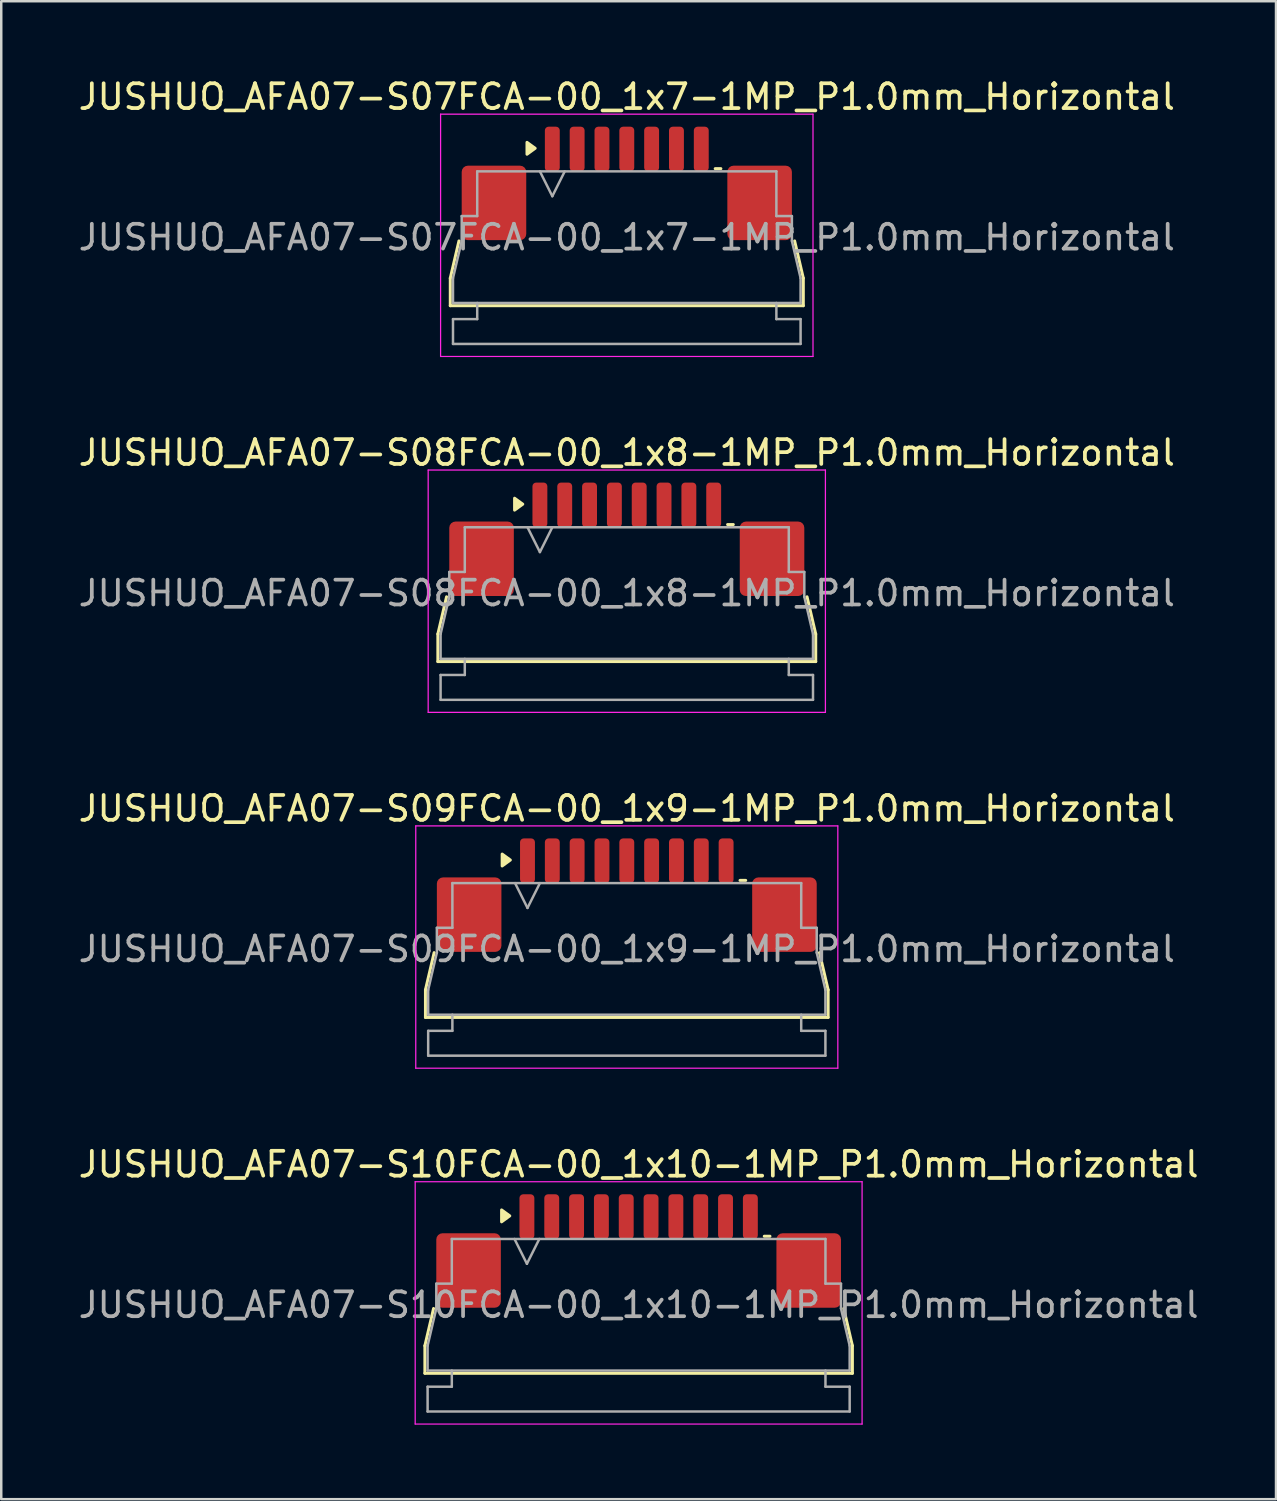
<source format=kicad_pcb>
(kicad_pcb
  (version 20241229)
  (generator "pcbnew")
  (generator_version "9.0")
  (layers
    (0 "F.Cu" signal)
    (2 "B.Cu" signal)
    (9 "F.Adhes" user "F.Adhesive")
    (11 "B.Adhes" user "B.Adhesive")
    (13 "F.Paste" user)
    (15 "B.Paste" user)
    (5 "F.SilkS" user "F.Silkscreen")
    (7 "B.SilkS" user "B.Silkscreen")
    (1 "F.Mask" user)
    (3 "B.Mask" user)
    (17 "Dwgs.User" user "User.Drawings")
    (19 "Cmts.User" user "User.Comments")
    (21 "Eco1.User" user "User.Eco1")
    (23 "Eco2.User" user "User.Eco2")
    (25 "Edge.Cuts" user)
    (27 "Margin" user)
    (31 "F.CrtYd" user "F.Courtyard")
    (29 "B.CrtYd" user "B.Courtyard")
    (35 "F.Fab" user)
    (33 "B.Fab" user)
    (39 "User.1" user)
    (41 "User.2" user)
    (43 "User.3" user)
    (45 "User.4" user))
  (footprint "JUSHUO_AFA07-S08FCA-00_1x8-1MP_P1.0mm_Horizontal"
    (layer "F.Cu")
    (at 22.196 20.662)
    (property "Reference" "JUSHUO_AFA07-S08FCA-00_1x8-1MP_P1.0mm_Horizontal" (at 0 -5.48 0) (layer "F.SilkS") (effects (font (size 1 1) (thickness 0.15))))
    (attr smd)
    (fp_line (start -7.61 1.825) (end -7.26 0.325) (stroke (width 0.12) (type solid)) (layer "F.SilkS"))
    (fp_line (start -7.61 2.935) (end -7.61 1.825) (stroke (width 0.12) (type solid)) (layer "F.SilkS"))
    (fp_line (start 4.06 -2.585) (end 4.29 -2.585) (stroke (width 0.12) (type solid)) (layer "F.SilkS"))
    (fp_line (start 7.26 0.325) (end 7.61 1.825) (stroke (width 0.12) (type solid)) (layer "F.SilkS"))
    (fp_line (start 7.61 1.825) (end 7.61 2.935) (stroke (width 0.12) (type solid)) (layer "F.SilkS"))
    (fp_line (start 7.61 2.935) (end -7.61 2.935) (stroke (width 0.12) (type solid)) (layer "F.SilkS"))
    (fp_poly (pts (xy -4.19 -3.405) (xy -4.52 -3.165) (xy -4.52 -3.645)) (stroke (width 0.12) (type solid)) (fill yes) (layer "F.SilkS"))
    (fp_line (start -8 -4.78) (end -8 4.98) (stroke (width 0.05) (type solid)) (layer "F.CrtYd"))
    (fp_line (start -8 4.98) (end 8 4.98) (stroke (width 0.05) (type solid)) (layer "F.CrtYd"))
    (fp_line (start 8 -4.78) (end -8 -4.78) (stroke (width 0.05) (type solid)) (layer "F.CrtYd"))
    (fp_line (start 8 4.98) (end 8 -4.78) (stroke (width 0.05) (type solid)) (layer "F.CrtYd"))
    (fp_line (start -7.5 1.825) (end -7.15 0.325) (stroke (width 0.1) (type solid)) (layer "F.Fab"))
    (fp_line (start -7.5 2.825) (end -7.5 1.825) (stroke (width 0.1) (type solid)) (layer "F.Fab"))
    (fp_line (start -7.5 3.475) (end -6.525 3.475) (stroke (width 0.1) (type solid)) (layer "F.Fab"))
    (fp_line (start -7.5 4.475) (end -7.5 3.475) (stroke (width 0.1) (type solid)) (layer "F.Fab"))
    (fp_line (start -7.15 -0.675) (end -6.525 -0.675) (stroke (width 0.1) (type solid)) (layer "F.Fab"))
    (fp_line (start -7.15 0.325) (end -7.15 -0.675) (stroke (width 0.1) (type solid)) (layer "F.Fab"))
    (fp_line (start -6.525 -2.475) (end 6.525 -2.475) (stroke (width 0.1) (type solid)) (layer "F.Fab"))
    (fp_line (start -6.525 -0.675) (end -6.525 -2.475) (stroke (width 0.1) (type solid)) (layer "F.Fab"))
    (fp_line (start -6.525 3.475) (end -6.525 2.825) (stroke (width 0.1) (type solid)) (layer "F.Fab"))
    (fp_line (start -4 -2.475) (end -3.5 -1.475) (stroke (width 0.1) (type solid)) (layer "F.Fab"))
    (fp_line (start -3.5 -1.475) (end -3 -2.475) (stroke (width 0.1) (type solid)) (layer "F.Fab"))
    (fp_line (start 6.525 -2.475) (end 6.525 -0.675) (stroke (width 0.1) (type solid)) (layer "F.Fab"))
    (fp_line (start 6.525 -0.675) (end 7.15 -0.675) (stroke (width 0.1) (type solid)) (layer "F.Fab"))
    (fp_line (start 6.525 2.825) (end 6.525 3.475) (stroke (width 0.1) (type solid)) (layer "F.Fab"))
    (fp_line (start 6.525 3.475) (end 7.5 3.475) (stroke (width 0.1) (type solid)) (layer "F.Fab"))
    (fp_line (start 7.15 -0.675) (end 7.15 0.325) (stroke (width 0.1) (type solid)) (layer "F.Fab"))
    (fp_line (start 7.15 0.325) (end 7.5 1.825) (stroke (width 0.1) (type solid)) (layer "F.Fab"))
    (fp_line (start 7.5 1.825) (end 7.5 2.825) (stroke (width 0.1) (type solid)) (layer "F.Fab"))
    (fp_line (start 7.5 2.825) (end -7.5 2.825) (stroke (width 0.1) (type solid)) (layer "F.Fab"))
    (fp_line (start 7.5 3.475) (end 7.5 4.475) (stroke (width 0.1) (type solid)) (layer "F.Fab"))
    (fp_line (start 7.5 4.475) (end -7.5 4.475) (stroke (width 0.1) (type solid)) (layer "F.Fab"))
    (fp_text user "${REFERENCE}" (at 0 0.18 0) (layer "F.Fab") (effects (font (size 1 1) (thickness 0.15))))
    (pad "1" smd roundrect (at -3.5 -3.375) (size 0.6 1.8) (layers "F.Cu" "F.Mask" "F.Paste") (roundrect_rratio 0.25))
    (pad "2" smd roundrect (at -2.5 -3.375) (size 0.6 1.8) (layers "F.Cu" "F.Mask" "F.Paste") (roundrect_rratio 0.25))
    (pad "3" smd roundrect (at -1.5 -3.375) (size 0.6 1.8) (layers "F.Cu" "F.Mask" "F.Paste") (roundrect_rratio 0.25))
    (pad "4" smd roundrect (at -0.5 -3.375) (size 0.6 1.8) (layers "F.Cu" "F.Mask" "F.Paste") (roundrect_rratio 0.25))
    (pad "5" smd roundrect (at 0.5 -3.375) (size 0.6 1.8) (layers "F.Cu" "F.Mask" "F.Paste") (roundrect_rratio 0.25))
    (pad "6" smd roundrect (at 1.5 -3.375) (size 0.6 1.8) (layers "F.Cu" "F.Mask" "F.Paste") (roundrect_rratio 0.25))
    (pad "7" smd roundrect (at 2.5 -3.375) (size 0.6 1.8) (layers "F.Cu" "F.Mask" "F.Paste") (roundrect_rratio 0.25))
    (pad "8" smd roundrect (at 3.5 -3.375) (size 0.6 1.8) (layers "F.Cu" "F.Mask" "F.Paste") (roundrect_rratio 0.25))
    (pad "MP" smd roundrect (at -5.85 -1.205) (size 2.6 3) (layers "F.Cu" "F.Mask" "F.Paste") (roundrect_rratio 0.096))
    (pad "MP" smd roundrect (at 5.85 -1.205) (size 2.6 3) (layers "F.Cu" "F.Mask" "F.Paste") (roundrect_rratio 0.096)))
  (footprint "JUSHUO_AFA07-S07FCA-00_1x7-1MP_P1.0mm_Horizontal"
    (layer "F.Cu")
    (at 22.196 6.328)
    (property "Reference" "JUSHUO_AFA07-S07FCA-00_1x7-1MP_P1.0mm_Horizontal" (at 0 -5.48 0) (layer "F.SilkS") (effects (font (size 1 1) (thickness 0.15))))
    (attr smd)
    (fp_line (start -7.11 1.825) (end -6.76 0.325) (stroke (width 0.12) (type solid)) (layer "F.SilkS"))
    (fp_line (start -7.11 2.935) (end -7.11 1.825) (stroke (width 0.12) (type solid)) (layer "F.SilkS"))
    (fp_line (start 3.56 -2.585) (end 3.79 -2.585) (stroke (width 0.12) (type solid)) (layer "F.SilkS"))
    (fp_line (start 6.76 0.325) (end 7.11 1.825) (stroke (width 0.12) (type solid)) (layer "F.SilkS"))
    (fp_line (start 7.11 1.825) (end 7.11 2.935) (stroke (width 0.12) (type solid)) (layer "F.SilkS"))
    (fp_line (start 7.11 2.935) (end -7.11 2.935) (stroke (width 0.12) (type solid)) (layer "F.SilkS"))
    (fp_poly (pts (xy -3.69 -3.405) (xy -4.02 -3.165) (xy -4.02 -3.645)) (stroke (width 0.12) (type solid)) (fill yes) (layer "F.SilkS"))
    (fp_line (start -7.5 -4.78) (end -7.5 4.98) (stroke (width 0.05) (type solid)) (layer "F.CrtYd"))
    (fp_line (start -7.5 4.98) (end 7.5 4.98) (stroke (width 0.05) (type solid)) (layer "F.CrtYd"))
    (fp_line (start 7.5 -4.78) (end -7.5 -4.78) (stroke (width 0.05) (type solid)) (layer "F.CrtYd"))
    (fp_line (start 7.5 4.98) (end 7.5 -4.78) (stroke (width 0.05) (type solid)) (layer "F.CrtYd"))
    (fp_line (start -7 1.825) (end -6.65 0.325) (stroke (width 0.1) (type solid)) (layer "F.Fab"))
    (fp_line (start -7 2.825) (end -7 1.825) (stroke (width 0.1) (type solid)) (layer "F.Fab"))
    (fp_line (start -7 3.475) (end -6.025 3.475) (stroke (width 0.1) (type solid)) (layer "F.Fab"))
    (fp_line (start -7 4.475) (end -7 3.475) (stroke (width 0.1) (type solid)) (layer "F.Fab"))
    (fp_line (start -6.65 -0.675) (end -6.025 -0.675) (stroke (width 0.1) (type solid)) (layer "F.Fab"))
    (fp_line (start -6.65 0.325) (end -6.65 -0.675) (stroke (width 0.1) (type solid)) (layer "F.Fab"))
    (fp_line (start -6.025 -2.475) (end 6.025 -2.475) (stroke (width 0.1) (type solid)) (layer "F.Fab"))
    (fp_line (start -6.025 -0.675) (end -6.025 -2.475) (stroke (width 0.1) (type solid)) (layer "F.Fab"))
    (fp_line (start -6.025 3.475) (end -6.025 2.825) (stroke (width 0.1) (type solid)) (layer "F.Fab"))
    (fp_line (start -3.5 -2.475) (end -3 -1.475) (stroke (width 0.1) (type solid)) (layer "F.Fab"))
    (fp_line (start -3 -1.475) (end -2.5 -2.475) (stroke (width 0.1) (type solid)) (layer "F.Fab"))
    (fp_line (start 6.025 -2.475) (end 6.025 -0.675) (stroke (width 0.1) (type solid)) (layer "F.Fab"))
    (fp_line (start 6.025 -0.675) (end 6.65 -0.675) (stroke (width 0.1) (type solid)) (layer "F.Fab"))
    (fp_line (start 6.025 2.825) (end 6.025 3.475) (stroke (width 0.1) (type solid)) (layer "F.Fab"))
    (fp_line (start 6.025 3.475) (end 7 3.475) (stroke (width 0.1) (type solid)) (layer "F.Fab"))
    (fp_line (start 6.65 -0.675) (end 6.65 0.325) (stroke (width 0.1) (type solid)) (layer "F.Fab"))
    (fp_line (start 6.65 0.325) (end 7 1.825) (stroke (width 0.1) (type solid)) (layer "F.Fab"))
    (fp_line (start 7 1.825) (end 7 2.825) (stroke (width 0.1) (type solid)) (layer "F.Fab"))
    (fp_line (start 7 2.825) (end -7 2.825) (stroke (width 0.1) (type solid)) (layer "F.Fab"))
    (fp_line (start 7 3.475) (end 7 4.475) (stroke (width 0.1) (type solid)) (layer "F.Fab"))
    (fp_line (start 7 4.475) (end -7 4.475) (stroke (width 0.1) (type solid)) (layer "F.Fab"))
    (fp_text user "${REFERENCE}" (at 0 0.18 0) (layer "F.Fab") (effects (font (size 1 1) (thickness 0.15))))
    (pad "1" smd roundrect (at -3 -3.375) (size 0.6 1.8) (layers "F.Cu" "F.Mask" "F.Paste") (roundrect_rratio 0.25))
    (pad "2" smd roundrect (at -2 -3.375) (size 0.6 1.8) (layers "F.Cu" "F.Mask" "F.Paste") (roundrect_rratio 0.25))
    (pad "3" smd roundrect (at -1 -3.375) (size 0.6 1.8) (layers "F.Cu" "F.Mask" "F.Paste") (roundrect_rratio 0.25))
    (pad "4" smd roundrect (at 0 -3.375) (size 0.6 1.8) (layers "F.Cu" "F.Mask" "F.Paste") (roundrect_rratio 0.25))
    (pad "5" smd roundrect (at 1 -3.375) (size 0.6 1.8) (layers "F.Cu" "F.Mask" "F.Paste") (roundrect_rratio 0.25))
    (pad "6" smd roundrect (at 2 -3.375) (size 0.6 1.8) (layers "F.Cu" "F.Mask" "F.Paste") (roundrect_rratio 0.25))
    (pad "7" smd roundrect (at 3 -3.375) (size 0.6 1.8) (layers "F.Cu" "F.Mask" "F.Paste") (roundrect_rratio 0.25))
    (pad "MP" smd roundrect (at -5.35 -1.205) (size 2.6 3) (layers "F.Cu" "F.Mask" "F.Paste") (roundrect_rratio 0.096))
    (pad "MP" smd roundrect (at 5.35 -1.205) (size 2.6 3) (layers "F.Cu" "F.Mask" "F.Paste") (roundrect_rratio 0.096)))
  (footprint "JUSHUO_AFA07-S10FCA-00_1x10-1MP_P1.0mm_Horizontal"
    (layer "F.Cu")
    (at 22.673 49.328)
    (property "Reference" "JUSHUO_AFA07-S10FCA-00_1x10-1MP_P1.0mm_Horizontal" (at 0 -5.48 0) (layer "F.SilkS") (effects (font (size 1 1) (thickness 0.15))))
    (attr smd)
    (fp_line (start -8.61 1.825) (end -8.26 0.325) (stroke (width 0.12) (type solid)) (layer "F.SilkS"))
    (fp_line (start -8.61 2.935) (end -8.61 1.825) (stroke (width 0.12) (type solid)) (layer "F.SilkS"))
    (fp_line (start 5.06 -2.585) (end 5.29 -2.585) (stroke (width 0.12) (type solid)) (layer "F.SilkS"))
    (fp_line (start 8.26 0.325) (end 8.61 1.825) (stroke (width 0.12) (type solid)) (layer "F.SilkS"))
    (fp_line (start 8.61 1.825) (end 8.61 2.935) (stroke (width 0.12) (type solid)) (layer "F.SilkS"))
    (fp_line (start 8.61 2.935) (end -8.61 2.935) (stroke (width 0.12) (type solid)) (layer "F.SilkS"))
    (fp_poly (pts (xy -5.19 -3.405) (xy -5.52 -3.165) (xy -5.52 -3.645)) (stroke (width 0.12) (type solid)) (fill yes) (layer "F.SilkS"))
    (fp_line (start -9 -4.78) (end -9 4.98) (stroke (width 0.05) (type solid)) (layer "F.CrtYd"))
    (fp_line (start -9 4.98) (end 9 4.98) (stroke (width 0.05) (type solid)) (layer "F.CrtYd"))
    (fp_line (start 9 -4.78) (end -9 -4.78) (stroke (width 0.05) (type solid)) (layer "F.CrtYd"))
    (fp_line (start 9 4.98) (end 9 -4.78) (stroke (width 0.05) (type solid)) (layer "F.CrtYd"))
    (fp_line (start -8.5 1.825) (end -8.15 0.325) (stroke (width 0.1) (type solid)) (layer "F.Fab"))
    (fp_line (start -8.5 2.825) (end -8.5 1.825) (stroke (width 0.1) (type solid)) (layer "F.Fab"))
    (fp_line (start -8.5 3.475) (end -7.525 3.475) (stroke (width 0.1) (type solid)) (layer "F.Fab"))
    (fp_line (start -8.5 4.475) (end -8.5 3.475) (stroke (width 0.1) (type solid)) (layer "F.Fab"))
    (fp_line (start -8.15 -0.675) (end -7.525 -0.675) (stroke (width 0.1) (type solid)) (layer "F.Fab"))
    (fp_line (start -8.15 0.325) (end -8.15 -0.675) (stroke (width 0.1) (type solid)) (layer "F.Fab"))
    (fp_line (start -7.525 -2.475) (end 7.525 -2.475) (stroke (width 0.1) (type solid)) (layer "F.Fab"))
    (fp_line (start -7.525 -0.675) (end -7.525 -2.475) (stroke (width 0.1) (type solid)) (layer "F.Fab"))
    (fp_line (start -7.525 3.475) (end -7.525 2.825) (stroke (width 0.1) (type solid)) (layer "F.Fab"))
    (fp_line (start -5 -2.475) (end -4.5 -1.475) (stroke (width 0.1) (type solid)) (layer "F.Fab"))
    (fp_line (start -4.5 -1.475) (end -4 -2.475) (stroke (width 0.1) (type solid)) (layer "F.Fab"))
    (fp_line (start 7.525 -2.475) (end 7.525 -0.675) (stroke (width 0.1) (type solid)) (layer "F.Fab"))
    (fp_line (start 7.525 -0.675) (end 8.15 -0.675) (stroke (width 0.1) (type solid)) (layer "F.Fab"))
    (fp_line (start 7.525 2.825) (end 7.525 3.475) (stroke (width 0.1) (type solid)) (layer "F.Fab"))
    (fp_line (start 7.525 3.475) (end 8.5 3.475) (stroke (width 0.1) (type solid)) (layer "F.Fab"))
    (fp_line (start 8.15 -0.675) (end 8.15 0.325) (stroke (width 0.1) (type solid)) (layer "F.Fab"))
    (fp_line (start 8.15 0.325) (end 8.5 1.825) (stroke (width 0.1) (type solid)) (layer "F.Fab"))
    (fp_line (start 8.5 1.825) (end 8.5 2.825) (stroke (width 0.1) (type solid)) (layer "F.Fab"))
    (fp_line (start 8.5 2.825) (end -8.5 2.825) (stroke (width 0.1) (type solid)) (layer "F.Fab"))
    (fp_line (start 8.5 3.475) (end 8.5 4.475) (stroke (width 0.1) (type solid)) (layer "F.Fab"))
    (fp_line (start 8.5 4.475) (end -8.5 4.475) (stroke (width 0.1) (type solid)) (layer "F.Fab"))
    (fp_text user "${REFERENCE}" (at 0 0.18 0) (layer "F.Fab") (effects (font (size 1 1) (thickness 0.15))))
    (pad "1" smd roundrect (at -4.5 -3.375) (size 0.6 1.8) (layers "F.Cu" "F.Mask" "F.Paste") (roundrect_rratio 0.25))
    (pad "2" smd roundrect (at -3.5 -3.375) (size 0.6 1.8) (layers "F.Cu" "F.Mask" "F.Paste") (roundrect_rratio 0.25))
    (pad "3" smd roundrect (at -2.5 -3.375) (size 0.6 1.8) (layers "F.Cu" "F.Mask" "F.Paste") (roundrect_rratio 0.25))
    (pad "4" smd roundrect (at -1.5 -3.375) (size 0.6 1.8) (layers "F.Cu" "F.Mask" "F.Paste") (roundrect_rratio 0.25))
    (pad "5" smd roundrect (at -0.5 -3.375) (size 0.6 1.8) (layers "F.Cu" "F.Mask" "F.Paste") (roundrect_rratio 0.25))
    (pad "6" smd roundrect (at 0.5 -3.375) (size 0.6 1.8) (layers "F.Cu" "F.Mask" "F.Paste") (roundrect_rratio 0.25))
    (pad "7" smd roundrect (at 1.5 -3.375) (size 0.6 1.8) (layers "F.Cu" "F.Mask" "F.Paste") (roundrect_rratio 0.25))
    (pad "8" smd roundrect (at 2.5 -3.375) (size 0.6 1.8) (layers "F.Cu" "F.Mask" "F.Paste") (roundrect_rratio 0.25))
    (pad "9" smd roundrect (at 3.5 -3.375) (size 0.6 1.8) (layers "F.Cu" "F.Mask" "F.Paste") (roundrect_rratio 0.25))
    (pad "10" smd roundrect (at 4.5 -3.375) (size 0.6 1.8) (layers "F.Cu" "F.Mask" "F.Paste") (roundrect_rratio 0.25))
    (pad "MP" smd roundrect (at -6.85 -1.205) (size 2.6 3) (layers "F.Cu" "F.Mask" "F.Paste") (roundrect_rratio 0.096))
    (pad "MP" smd roundrect (at 6.85 -1.205) (size 2.6 3) (layers "F.Cu" "F.Mask" "F.Paste") (roundrect_rratio 0.096)))
  (footprint "JUSHUO_AFA07-S09FCA-00_1x9-1MP_P1.0mm_Horizontal"
    (layer "F.Cu")
    (at 22.196 34.995)
    (property "Reference" "JUSHUO_AFA07-S09FCA-00_1x9-1MP_P1.0mm_Horizontal" (at 0 -5.48 0) (layer "F.SilkS") (effects (font (size 1 1) (thickness 0.15))))
    (attr smd)
    (fp_line (start -8.11 1.825) (end -7.76 0.325) (stroke (width 0.12) (type solid)) (layer "F.SilkS"))
    (fp_line (start -8.11 2.935) (end -8.11 1.825) (stroke (width 0.12) (type solid)) (layer "F.SilkS"))
    (fp_line (start 4.56 -2.585) (end 4.79 -2.585) (stroke (width 0.12) (type solid)) (layer "F.SilkS"))
    (fp_line (start 7.76 0.325) (end 8.11 1.825) (stroke (width 0.12) (type solid)) (layer "F.SilkS"))
    (fp_line (start 8.11 1.825) (end 8.11 2.935) (stroke (width 0.12) (type solid)) (layer "F.SilkS"))
    (fp_line (start 8.11 2.935) (end -8.11 2.935) (stroke (width 0.12) (type solid)) (layer "F.SilkS"))
    (fp_poly (pts (xy -4.69 -3.405) (xy -5.02 -3.165) (xy -5.02 -3.645)) (stroke (width 0.12) (type solid)) (fill yes) (layer "F.SilkS"))
    (fp_line (start -8.5 -4.78) (end -8.5 4.98) (stroke (width 0.05) (type solid)) (layer "F.CrtYd"))
    (fp_line (start -8.5 4.98) (end 8.5 4.98) (stroke (width 0.05) (type solid)) (layer "F.CrtYd"))
    (fp_line (start 8.5 -4.78) (end -8.5 -4.78) (stroke (width 0.05) (type solid)) (layer "F.CrtYd"))
    (fp_line (start 8.5 4.98) (end 8.5 -4.78) (stroke (width 0.05) (type solid)) (layer "F.CrtYd"))
    (fp_line (start -8 1.825) (end -7.65 0.325) (stroke (width 0.1) (type solid)) (layer "F.Fab"))
    (fp_line (start -8 2.825) (end -8 1.825) (stroke (width 0.1) (type solid)) (layer "F.Fab"))
    (fp_line (start -8 3.475) (end -7.025 3.475) (stroke (width 0.1) (type solid)) (layer "F.Fab"))
    (fp_line (start -8 4.475) (end -8 3.475) (stroke (width 0.1) (type solid)) (layer "F.Fab"))
    (fp_line (start -7.65 -0.675) (end -7.025 -0.675) (stroke (width 0.1) (type solid)) (layer "F.Fab"))
    (fp_line (start -7.65 0.325) (end -7.65 -0.675) (stroke (width 0.1) (type solid)) (layer "F.Fab"))
    (fp_line (start -7.025 -2.475) (end 7.025 -2.475) (stroke (width 0.1) (type solid)) (layer "F.Fab"))
    (fp_line (start -7.025 -0.675) (end -7.025 -2.475) (stroke (width 0.1) (type solid)) (layer "F.Fab"))
    (fp_line (start -7.025 3.475) (end -7.025 2.825) (stroke (width 0.1) (type solid)) (layer "F.Fab"))
    (fp_line (start -4.5 -2.475) (end -4 -1.475) (stroke (width 0.1) (type solid)) (layer "F.Fab"))
    (fp_line (start -4 -1.475) (end -3.5 -2.475) (stroke (width 0.1) (type solid)) (layer "F.Fab"))
    (fp_line (start 7.025 -2.475) (end 7.025 -0.675) (stroke (width 0.1) (type solid)) (layer "F.Fab"))
    (fp_line (start 7.025 -0.675) (end 7.65 -0.675) (stroke (width 0.1) (type solid)) (layer "F.Fab"))
    (fp_line (start 7.025 2.825) (end 7.025 3.475) (stroke (width 0.1) (type solid)) (layer "F.Fab"))
    (fp_line (start 7.025 3.475) (end 8 3.475) (stroke (width 0.1) (type solid)) (layer "F.Fab"))
    (fp_line (start 7.65 -0.675) (end 7.65 0.325) (stroke (width 0.1) (type solid)) (layer "F.Fab"))
    (fp_line (start 7.65 0.325) (end 8 1.825) (stroke (width 0.1) (type solid)) (layer "F.Fab"))
    (fp_line (start 8 1.825) (end 8 2.825) (stroke (width 0.1) (type solid)) (layer "F.Fab"))
    (fp_line (start 8 2.825) (end -8 2.825) (stroke (width 0.1) (type solid)) (layer "F.Fab"))
    (fp_line (start 8 3.475) (end 8 4.475) (stroke (width 0.1) (type solid)) (layer "F.Fab"))
    (fp_line (start 8 4.475) (end -8 4.475) (stroke (width 0.1) (type solid)) (layer "F.Fab"))
    (fp_text user "${REFERENCE}" (at 0 0.18 0) (layer "F.Fab") (effects (font (size 1 1) (thickness 0.15))))
    (pad "1" smd roundrect (at -4 -3.375) (size 0.6 1.8) (layers "F.Cu" "F.Mask" "F.Paste") (roundrect_rratio 0.25))
    (pad "2" smd roundrect (at -3 -3.375) (size 0.6 1.8) (layers "F.Cu" "F.Mask" "F.Paste") (roundrect_rratio 0.25))
    (pad "3" smd roundrect (at -2 -3.375) (size 0.6 1.8) (layers "F.Cu" "F.Mask" "F.Paste") (roundrect_rratio 0.25))
    (pad "4" smd roundrect (at -1 -3.375) (size 0.6 1.8) (layers "F.Cu" "F.Mask" "F.Paste") (roundrect_rratio 0.25))
    (pad "5" smd roundrect (at 0 -3.375) (size 0.6 1.8) (layers "F.Cu" "F.Mask" "F.Paste") (roundrect_rratio 0.25))
    (pad "6" smd roundrect (at 1 -3.375) (size 0.6 1.8) (layers "F.Cu" "F.Mask" "F.Paste") (roundrect_rratio 0.25))
    (pad "7" smd roundrect (at 2 -3.375) (size 0.6 1.8) (layers "F.Cu" "F.Mask" "F.Paste") (roundrect_rratio 0.25))
    (pad "8" smd roundrect (at 3 -3.375) (size 0.6 1.8) (layers "F.Cu" "F.Mask" "F.Paste") (roundrect_rratio 0.25))
    (pad "9" smd roundrect (at 4 -3.375) (size 0.6 1.8) (layers "F.Cu" "F.Mask" "F.Paste") (roundrect_rratio 0.25))
    (pad "MP" smd roundrect (at -6.35 -1.205) (size 2.6 3) (layers "F.Cu" "F.Mask" "F.Paste") (roundrect_rratio 0.096))
    (pad "MP" smd roundrect (at 6.35 -1.205) (size 2.6 3) (layers "F.Cu" "F.Mask" "F.Paste") (roundrect_rratio 0.096)))
  (gr_rect
    (start -3 -3)
    (end 48.345 57.333)
    (stroke (width 0.1) (type default))
    (fill no)
    (layer "Edge.Cuts")))
</source>
